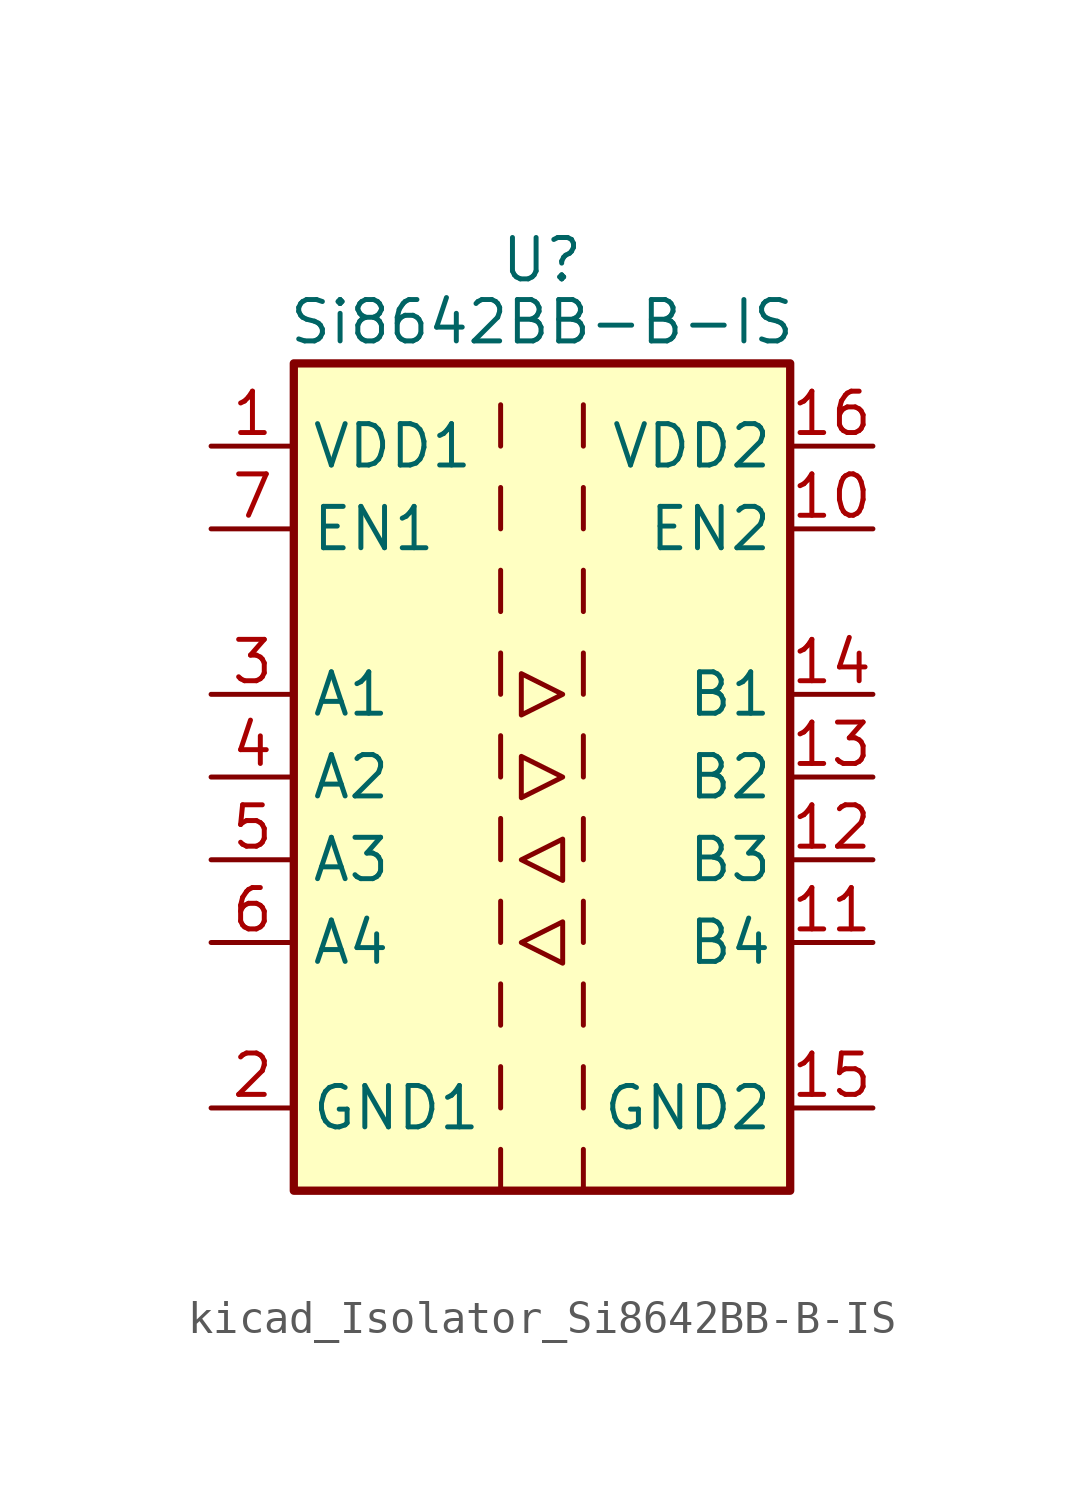
<source format=kicad_sym>
(kicad_symbol_lib
  (version 20220914)
  (generator kicad_symbol_editor)
  (symbol "kicad_Isolator_Si8642BB-B-IS"
    (property "Reference" "U"
      (at 0 15.875 0)
      (effects (font (size 1.27 1.27))))
    (property "Value" "Si8642BB-B-IS"
      (at 0 13.97 0)
      (effects (font (size 1.27 1.27))))
    (symbol "kicad_Isolator_Si8642BB-B-IS_0_1"
      (rectangle (start -7.62 12.7) (end 7.62 -12.7) (stroke (width 0.254) (type default)) (fill (type background)))
      (polyline (pts (xy -1.27 -11.43) (xy -1.27 -12.7)) (stroke (width 0) (type default)) (fill (type none)))
      (polyline (pts (xy -1.27 -8.89) (xy -1.27 -10.16)) (stroke (width 0) (type default)) (fill (type none)))
      (polyline (pts (xy -1.27 -6.35) (xy -1.27 -7.62)) (stroke (width 0) (type default)) (fill (type none)))
      (polyline (pts (xy -1.27 -3.81) (xy -1.27 -5.08)) (stroke (width 0) (type default)) (fill (type none)))
      (polyline (pts (xy -1.27 -1.27) (xy -1.27 -2.54)) (stroke (width 0) (type default)) (fill (type none)))
      (polyline (pts (xy -1.27 1.27) (xy -1.27 0)) (stroke (width 0) (type default)) (fill (type none)))
      (polyline (pts (xy -1.27 3.81) (xy -1.27 2.54)) (stroke (width 0) (type default)) (fill (type none)))
      (polyline (pts (xy -1.27 6.35) (xy -1.27 5.08)) (stroke (width 0) (type default)) (fill (type none)))
      (polyline (pts (xy -1.27 8.89) (xy -1.27 7.62)) (stroke (width 0) (type default)) (fill (type none)))
      (polyline (pts (xy -1.27 11.43) (xy -1.27 10.16)) (stroke (width 0) (type default)) (fill (type none)))
      (polyline (pts (xy 1.27 -11.43) (xy 1.27 -12.7)) (stroke (width 0) (type default)) (fill (type none)))
      (polyline (pts (xy 1.27 -8.89) (xy 1.27 -10.16)) (stroke (width 0) (type default)) (fill (type none)))
      (polyline (pts (xy 1.27 -6.35) (xy 1.27 -7.62)) (stroke (width 0) (type default)) (fill (type none)))
      (polyline (pts (xy 1.27 -3.81) (xy 1.27 -5.08)) (stroke (width 0) (type default)) (fill (type none)))
      (polyline (pts (xy 1.27 -1.27) (xy 1.27 -2.54)) (stroke (width 0) (type default)) (fill (type none)))
      (polyline (pts (xy 1.27 1.27) (xy 1.27 0)) (stroke (width 0) (type default)) (fill (type none)))
      (polyline (pts (xy 1.27 3.81) (xy 1.27 2.54)) (stroke (width 0) (type default)) (fill (type none)))
      (polyline (pts (xy 1.27 6.35) (xy 1.27 5.08)) (stroke (width 0) (type default)) (fill (type none)))
      (polyline (pts (xy 1.27 8.89) (xy 1.27 7.62)) (stroke (width 0) (type default)) (fill (type none)))
      (polyline (pts (xy 1.27 11.43) (xy 1.27 10.16)) (stroke (width 0) (type default)) (fill (type none)))
      (polyline (pts (xy -0.635 -5.08) (xy 0.635 -4.445) (xy 0.635 -5.715) (xy -0.635 -5.08)) (stroke (width 0) (type default)) (fill (type none)))
      (polyline (pts (xy -0.635 -2.54) (xy 0.635 -1.905) (xy 0.635 -3.175) (xy -0.635 -2.54)) (stroke (width 0) (type default)) (fill (type none)))
      (polyline (pts (xy -0.635 0.635) (xy -0.635 -0.635) (xy 0.635 0) (xy -0.635 0.635)) (stroke (width 0) (type default)) (fill (type none)))
      (polyline (pts (xy -0.635 3.175) (xy -0.635 1.905) (xy 0.635 2.54) (xy -0.635 3.175)) (stroke (width 0) (type default)) (fill (type none))))
    (symbol "kicad_Isolator_Si8642BB-B-IS_1_1"
      (pin power_in line (at -10.16 10.16 0) (length 2.54) (name "VDD1" (effects (font (size 1.27 1.27)))) (number "1" (effects (font (size 1.27 1.27)))))
      (pin input line (at 10.16 7.62 180) (length 2.54) (name "EN2" (effects (font (size 1.27 1.27)))) (number "10" (effects (font (size 1.27 1.27)))))
      (pin input line (at 10.16 -5.08 180) (length 2.54) (name "B4" (effects (font (size 1.27 1.27)))) (number "11" (effects (font (size 1.27 1.27)))))
      (pin input line (at 10.16 -2.54 180) (length 2.54) (name "B3" (effects (font (size 1.27 1.27)))) (number "12" (effects (font (size 1.27 1.27)))))
      (pin output line (at 10.16 0 180) (length 2.54) (name "B2" (effects (font (size 1.27 1.27)))) (number "13" (effects (font (size 1.27 1.27)))))
      (pin output line (at 10.16 2.54 180) (length 2.54) (name "B1" (effects (font (size 1.27 1.27)))) (number "14" (effects (font (size 1.27 1.27)))))
      (pin power_in line (at 10.16 -10.16 180) (length 2.54) (name "GND2" (effects (font (size 1.27 1.27)))) (number "15" (effects (font (size 1.27 1.27)))))
      (pin power_in line (at 10.16 10.16 180) (length 2.54) (name "VDD2" (effects (font (size 1.27 1.27)))) (number "16" (effects (font (size 1.27 1.27)))))
      (pin power_in line (at -10.16 -10.16 0) (length 2.54) (name "GND1" (effects (font (size 1.27 1.27)))) (number "2" (effects (font (size 1.27 1.27)))))
      (pin input line (at -10.16 2.54 0) (length 2.54) (name "A1" (effects (font (size 1.27 1.27)))) (number "3" (effects (font (size 1.27 1.27)))))
      (pin input line (at -10.16 0 0) (length 2.54) (name "A2" (effects (font (size 1.27 1.27)))) (number "4" (effects (font (size 1.27 1.27)))))
      (pin output line (at -10.16 -2.54 0) (length 2.54) (name "A3" (effects (font (size 1.27 1.27)))) (number "5" (effects (font (size 1.27 1.27)))))
      (pin output line (at -10.16 -5.08 0) (length 2.54) (name "A4" (effects (font (size 1.27 1.27)))) (number "6" (effects (font (size 1.27 1.27)))))
      (pin input line (at -10.16 7.62 0) (length 2.54) (name "EN1" (effects (font (size 1.27 1.27)))) (number "7" (effects (font (size 1.27 1.27)))))
      (pin passive line (at -10.16 -10.16 0) (length 2.54) hide (name "GND1" (effects (font (size 1.27 1.27)))) (number "8" (effects (font (size 1.27 1.27)))))
      (pin passive line (at 10.16 -10.16 180) (length 2.54) hide (name "GND2" (effects (font (size 1.27 1.27)))) (number "9" (effects (font (size 1.27 1.27))))))))
</source>
